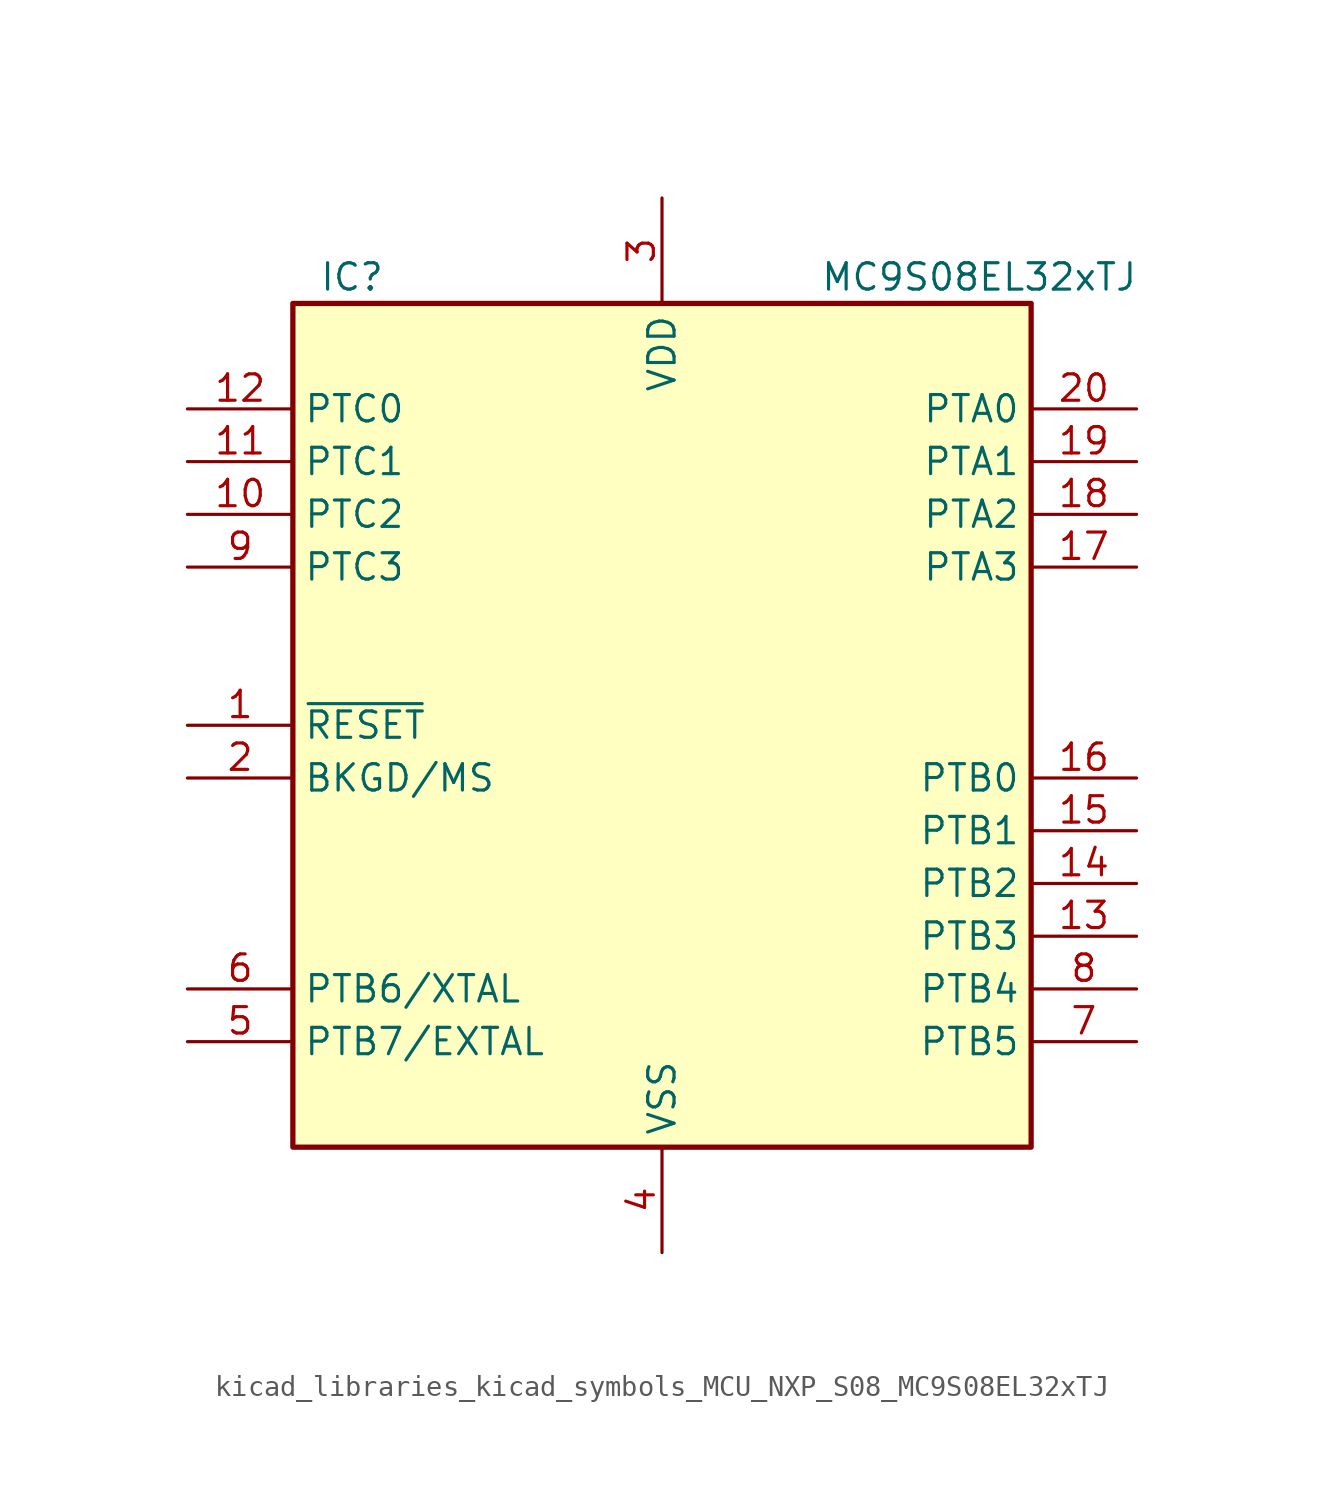
<source format=kicad_sym>
(kicad_symbol_lib
  (version 20220914)
  (generator kicad_symbol_editor)
  (symbol "kicad_libraries_kicad_symbols_MCU_NXP_S08_MC9S08EL32xTJ"
    (property "Reference" "IC"
      (at -16.51 21.59 0)
      (effects (font (size 1.27 1.27)) (justify left)))
    (property "Value" "MC9S08EL32xTJ"
      (at 7.62 21.59 0)
      (effects (font (size 1.27 1.27)) (justify left)))
    (symbol "kicad_libraries_kicad_symbols_MCU_NXP_S08_MC9S08EL32xTJ_0_1"
      (rectangle (start -17.78 20.32) (end 17.78 -20.32) (stroke (width 0.254) (type default)) (fill (type background))))
    (symbol "kicad_libraries_kicad_symbols_MCU_NXP_S08_MC9S08EL32xTJ_1_1"
      (pin input line (at -22.86 0 0) (length 5.08) (name "~{RESET}" (effects (font (size 1.27 1.27)))) (number "1" (effects (font (size 1.27 1.27)))))
      (pin bidirectional line (at -22.86 10.16 0) (length 5.08) (name "PTC2" (effects (font (size 1.27 1.27)))) (number "10" (effects (font (size 1.27 1.27)))))
      (pin bidirectional line (at -22.86 12.7 0) (length 5.08) (name "PTC1" (effects (font (size 1.27 1.27)))) (number "11" (effects (font (size 1.27 1.27)))))
      (pin bidirectional line (at -22.86 15.24 0) (length 5.08) (name "PTC0" (effects (font (size 1.27 1.27)))) (number "12" (effects (font (size 1.27 1.27)))))
      (pin bidirectional line (at 22.86 -10.16 180) (length 5.08) (name "PTB3" (effects (font (size 1.27 1.27)))) (number "13" (effects (font (size 1.27 1.27)))))
      (pin bidirectional line (at 22.86 -7.62 180) (length 5.08) (name "PTB2" (effects (font (size 1.27 1.27)))) (number "14" (effects (font (size 1.27 1.27)))))
      (pin bidirectional line (at 22.86 -5.08 180) (length 5.08) (name "PTB1" (effects (font (size 1.27 1.27)))) (number "15" (effects (font (size 1.27 1.27)))))
      (pin bidirectional line (at 22.86 -2.54 180) (length 5.08) (name "PTB0" (effects (font (size 1.27 1.27)))) (number "16" (effects (font (size 1.27 1.27)))))
      (pin bidirectional line (at 22.86 7.62 180) (length 5.08) (name "PTA3" (effects (font (size 1.27 1.27)))) (number "17" (effects (font (size 1.27 1.27)))))
      (pin bidirectional line (at 22.86 10.16 180) (length 5.08) (name "PTA2" (effects (font (size 1.27 1.27)))) (number "18" (effects (font (size 1.27 1.27)))))
      (pin bidirectional line (at 22.86 12.7 180) (length 5.08) (name "PTA1" (effects (font (size 1.27 1.27)))) (number "19" (effects (font (size 1.27 1.27)))))
      (pin bidirectional line (at -22.86 -2.54 0) (length 5.08) (name "BKGD/MS" (effects (font (size 1.27 1.27)))) (number "2" (effects (font (size 1.27 1.27)))))
      (pin bidirectional line (at 22.86 15.24 180) (length 5.08) (name "PTA0" (effects (font (size 1.27 1.27)))) (number "20" (effects (font (size 1.27 1.27)))))
      (pin power_in line (at 0 25.4 270) (length 5.08) (name "VDD" (effects (font (size 1.27 1.27)))) (number "3" (effects (font (size 1.27 1.27)))))
      (pin power_in line (at 0 -25.4 90) (length 5.08) (name "VSS" (effects (font (size 1.27 1.27)))) (number "4" (effects (font (size 1.27 1.27)))))
      (pin bidirectional line (at -22.86 -15.24 0) (length 5.08) (name "PTB7/EXTAL" (effects (font (size 1.27 1.27)))) (number "5" (effects (font (size 1.27 1.27)))))
      (pin bidirectional line (at -22.86 -12.7 0) (length 5.08) (name "PTB6/XTAL" (effects (font (size 1.27 1.27)))) (number "6" (effects (font (size 1.27 1.27)))))
      (pin bidirectional line (at 22.86 -15.24 180) (length 5.08) (name "PTB5" (effects (font (size 1.27 1.27)))) (number "7" (effects (font (size 1.27 1.27)))))
      (pin bidirectional line (at 22.86 -12.7 180) (length 5.08) (name "PTB4" (effects (font (size 1.27 1.27)))) (number "8" (effects (font (size 1.27 1.27)))))
      (pin bidirectional line (at -22.86 7.62 0) (length 5.08) (name "PTC3" (effects (font (size 1.27 1.27)))) (number "9" (effects (font (size 1.27 1.27))))))))
</source>
